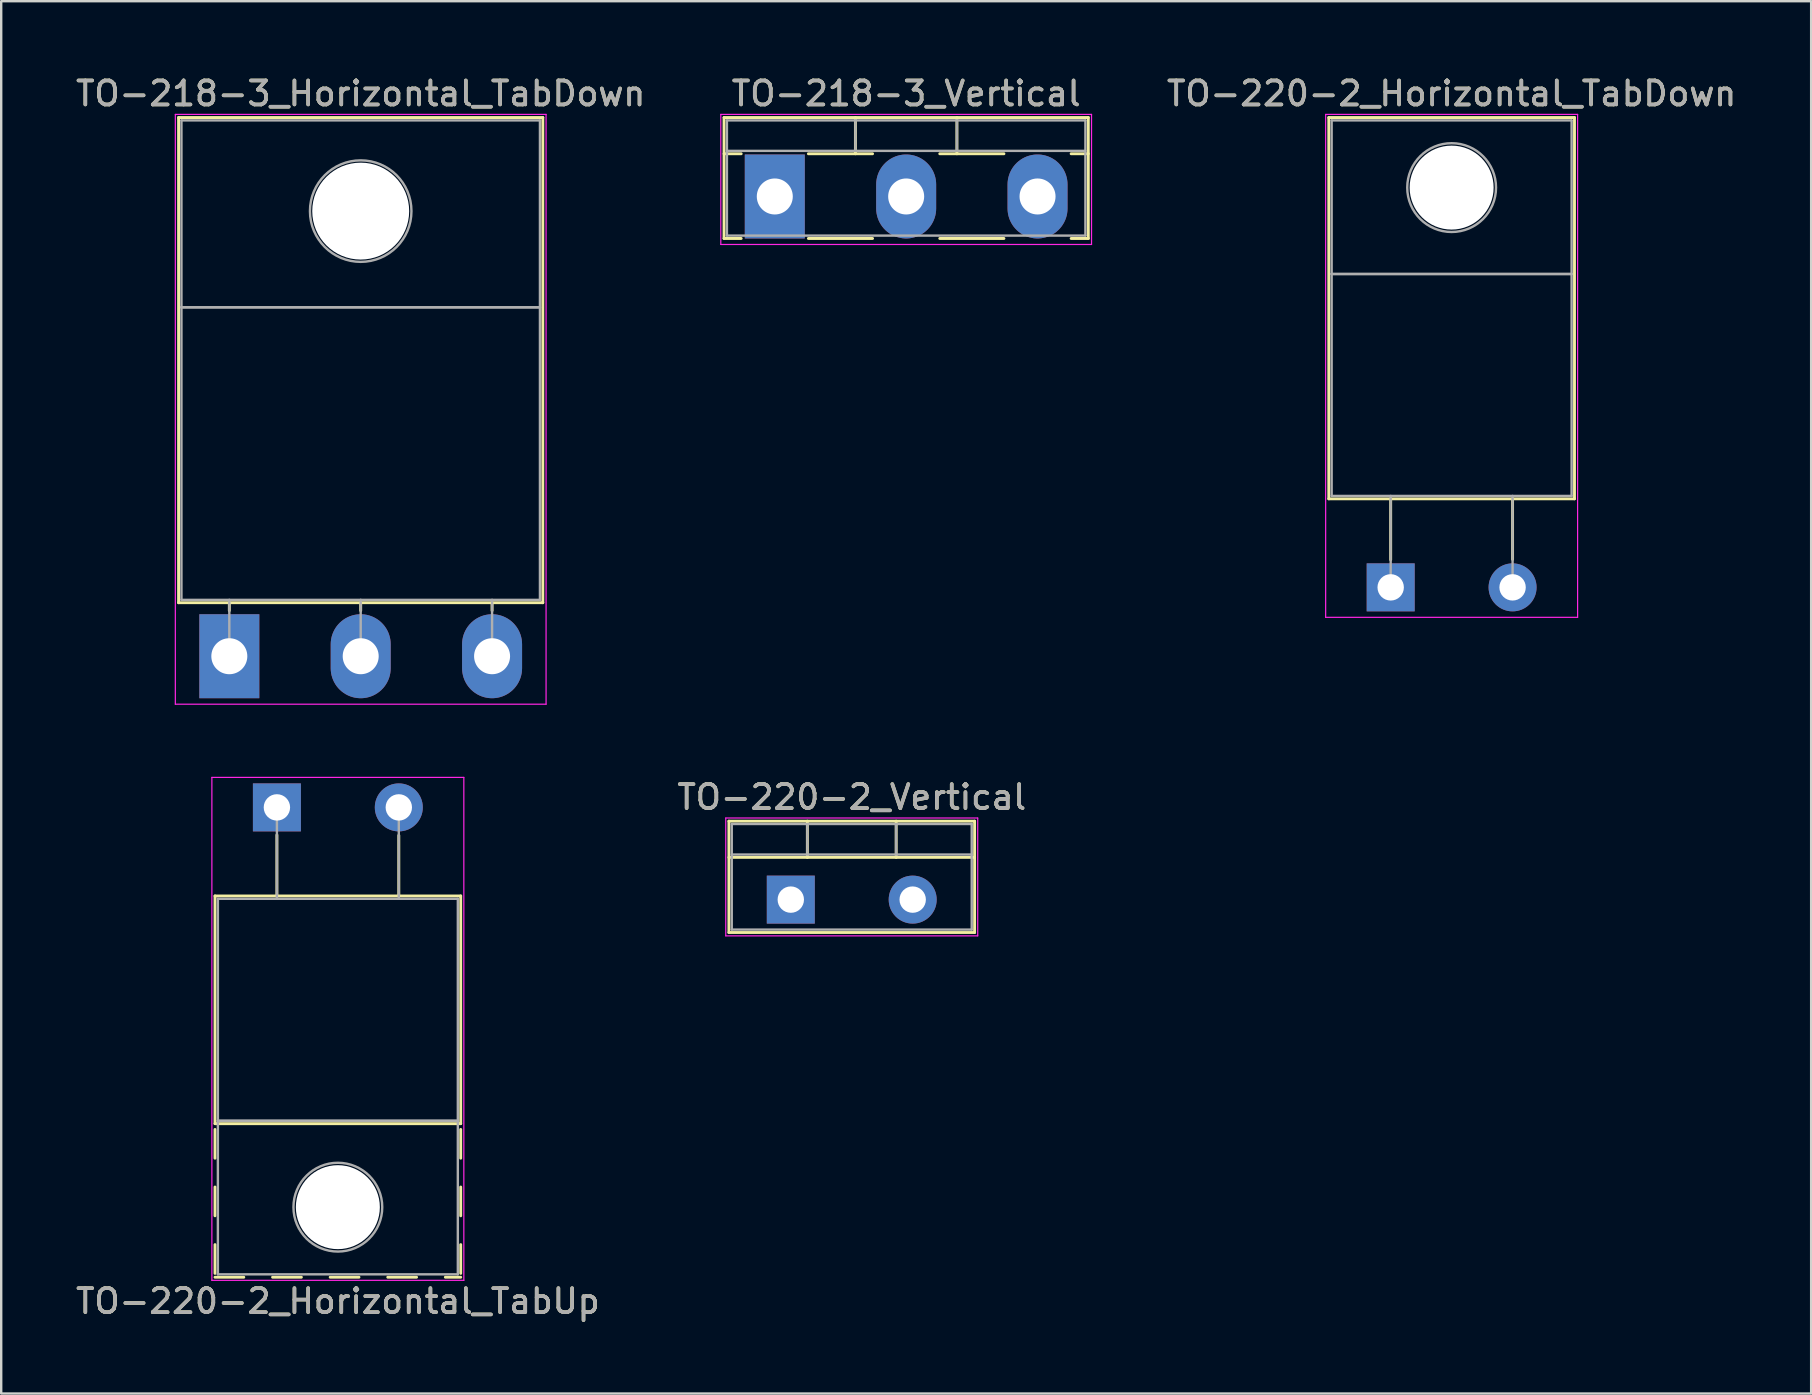
<source format=kicad_pcb>
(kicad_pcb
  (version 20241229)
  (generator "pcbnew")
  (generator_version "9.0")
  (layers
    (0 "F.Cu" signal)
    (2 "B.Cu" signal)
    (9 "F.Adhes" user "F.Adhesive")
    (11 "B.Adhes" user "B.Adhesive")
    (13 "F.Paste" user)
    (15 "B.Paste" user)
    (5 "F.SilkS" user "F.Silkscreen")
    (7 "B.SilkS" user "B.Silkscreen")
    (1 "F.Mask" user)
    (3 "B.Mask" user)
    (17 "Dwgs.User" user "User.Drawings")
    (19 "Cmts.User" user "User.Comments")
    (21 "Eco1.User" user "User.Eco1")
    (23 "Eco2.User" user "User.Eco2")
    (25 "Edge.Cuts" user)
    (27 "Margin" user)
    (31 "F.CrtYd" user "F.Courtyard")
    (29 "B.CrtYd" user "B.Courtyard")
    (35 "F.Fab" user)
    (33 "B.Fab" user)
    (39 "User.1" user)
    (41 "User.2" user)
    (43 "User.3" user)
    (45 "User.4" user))
  (footprint "TO-220-2_Horizontal_TabDown"
    (layer "F.Cu")
    (at 54.906 21.428)
    (property "Reference" "TO-220-2_Horizontal_TabDown" (at 2.54 -20.58 0) (layer "F.SilkS") (effects (font (size 1 1) (thickness 0.15))))
    (attr through_hole)
    (fp_line (start -2.58 -19.58) (end -2.58 -3.69) (stroke (width 0.12) (type solid)) (layer "F.SilkS"))
    (fp_line (start -2.58 -19.58) (end 7.66 -19.58) (stroke (width 0.12) (type solid)) (layer "F.SilkS"))
    (fp_line (start -2.58 -3.69) (end 7.66 -3.69) (stroke (width 0.12) (type solid)) (layer "F.SilkS"))
    (fp_line (start 0 -3.69) (end 0 -1.15) (stroke (width 0.12) (type solid)) (layer "F.SilkS"))
    (fp_line (start 5.08 -3.69) (end 5.08 -1.165) (stroke (width 0.12) (type solid)) (layer "F.SilkS"))
    (fp_line (start 7.66 -19.58) (end 7.66 -3.69) (stroke (width 0.12) (type solid)) (layer "F.SilkS"))
    (fp_line (start -2.71 -19.71) (end -2.71 1.25) (stroke (width 0.05) (type solid)) (layer "F.CrtYd"))
    (fp_line (start -2.71 1.25) (end 7.79 1.25) (stroke (width 0.05) (type solid)) (layer "F.CrtYd"))
    (fp_line (start 7.79 -19.71) (end -2.71 -19.71) (stroke (width 0.05) (type solid)) (layer "F.CrtYd"))
    (fp_line (start 7.79 1.25) (end 7.79 -19.71) (stroke (width 0.05) (type solid)) (layer "F.CrtYd"))
    (fp_line (start -2.46 -19.46) (end 7.54 -19.46) (stroke (width 0.1) (type solid)) (layer "F.Fab"))
    (fp_line (start -2.46 -13.06) (end -2.46 -19.46) (stroke (width 0.1) (type solid)) (layer "F.Fab"))
    (fp_line (start -2.46 -13.06) (end 7.54 -13.06) (stroke (width 0.1) (type solid)) (layer "F.Fab"))
    (fp_line (start -2.46 -3.81) (end -2.46 -13.06) (stroke (width 0.1) (type solid)) (layer "F.Fab"))
    (fp_line (start 0 -3.81) (end 0 0) (stroke (width 0.1) (type solid)) (layer "F.Fab"))
    (fp_line (start 5.08 -3.81) (end 5.08 0) (stroke (width 0.1) (type solid)) (layer "F.Fab"))
    (fp_line (start 7.54 -19.46) (end 7.54 -13.06) (stroke (width 0.1) (type solid)) (layer "F.Fab"))
    (fp_line (start 7.54 -13.06) (end -2.46 -13.06) (stroke (width 0.1) (type solid)) (layer "F.Fab"))
    (fp_line (start 7.54 -13.06) (end 7.54 -3.81) (stroke (width 0.1) (type solid)) (layer "F.Fab"))
    (fp_line (start 7.54 -3.81) (end -2.46 -3.81) (stroke (width 0.1) (type solid)) (layer "F.Fab"))
    (fp_circle (center 2.54 -16.66) (end 4.39 -16.66) (stroke (width 0.1) (type solid)) (fill no) (layer "F.Fab"))
    (fp_text user "${REFERENCE}" (at 2.54 -20.58 0) (layer "F.Fab") (effects (font (size 1 1) (thickness 0.15))))
    (pad "" np_thru_hole oval (at 2.54 -16.66) (size 3.5 3.5) (drill 3.5) (layers "*.Cu" "*.Mask"))
    (pad "1" thru_hole rect (at 0 0) (size 2 2) (drill 1.1) (layers "*.Cu" "*.Mask"))
    (pad "2" thru_hole oval (at 5.08 0) (size 2 2) (drill 1.1) (layers "*.Cu" "*.Mask")))
  (footprint "TO-218-3_Horizontal_TabDown"
    (layer "F.Cu")
    (at 6.507 24.298)
    (property "Reference" "TO-218-3_Horizontal_TabDown" (at 5.475 -23.45 0) (layer "F.SilkS") (effects (font (size 1 1) (thickness 0.15))))
    (attr through_hole)
    (fp_line (start -2.115 -22.45) (end -2.115 -2.23) (stroke (width 0.12) (type solid)) (layer "F.SilkS"))
    (fp_line (start -2.115 -22.45) (end 13.065 -22.45) (stroke (width 0.12) (type solid)) (layer "F.SilkS"))
    (fp_line (start -2.115 -2.23) (end 13.065 -2.23) (stroke (width 0.12) (type solid)) (layer "F.SilkS"))
    (fp_line (start 0 -2.23) (end 0 -1.9) (stroke (width 0.12) (type solid)) (layer "F.SilkS"))
    (fp_line (start 5.475 -2.23) (end 5.475 -1.9) (stroke (width 0.12) (type solid)) (layer "F.SilkS"))
    (fp_line (start 10.95 -2.23) (end 10.95 -1.9) (stroke (width 0.12) (type solid)) (layer "F.SilkS"))
    (fp_line (start 13.065 -22.45) (end 13.065 -2.23) (stroke (width 0.12) (type solid)) (layer "F.SilkS"))
    (fp_line (start -2.25 -22.58) (end -2.25 2) (stroke (width 0.05) (type solid)) (layer "F.CrtYd"))
    (fp_line (start -2.25 2) (end 13.2 2) (stroke (width 0.05) (type solid)) (layer "F.CrtYd"))
    (fp_line (start 13.2 -22.58) (end -2.25 -22.58) (stroke (width 0.05) (type solid)) (layer "F.CrtYd"))
    (fp_line (start 13.2 2) (end 13.2 -22.58) (stroke (width 0.05) (type solid)) (layer "F.CrtYd"))
    (fp_line (start -1.995 -22.33) (end 12.945 -22.33) (stroke (width 0.1) (type solid)) (layer "F.Fab"))
    (fp_line (start -1.995 -14.54) (end -1.995 -22.33) (stroke (width 0.1) (type solid)) (layer "F.Fab"))
    (fp_line (start -1.995 -14.54) (end 12.945 -14.54) (stroke (width 0.1) (type solid)) (layer "F.Fab"))
    (fp_line (start -1.995 -2.35) (end -1.995 -14.54) (stroke (width 0.1) (type solid)) (layer "F.Fab"))
    (fp_line (start 0 -2.35) (end 0 0) (stroke (width 0.1) (type solid)) (layer "F.Fab"))
    (fp_line (start 5.475 -2.35) (end 5.475 0) (stroke (width 0.1) (type solid)) (layer "F.Fab"))
    (fp_line (start 10.95 -2.35) (end 10.95 0) (stroke (width 0.1) (type solid)) (layer "F.Fab"))
    (fp_line (start 12.945 -22.33) (end 12.945 -14.54) (stroke (width 0.1) (type solid)) (layer "F.Fab"))
    (fp_line (start 12.945 -14.54) (end -1.995 -14.54) (stroke (width 0.1) (type solid)) (layer "F.Fab"))
    (fp_line (start 12.945 -14.54) (end 12.945 -2.35) (stroke (width 0.1) (type solid)) (layer "F.Fab"))
    (fp_line (start 12.945 -2.35) (end -1.995 -2.35) (stroke (width 0.1) (type solid)) (layer "F.Fab"))
    (fp_circle (center 5.475 -18.55) (end 7.59 -18.55) (stroke (width 0.1) (type solid)) (fill no) (layer "F.Fab"))
    (fp_text user "${REFERENCE}" (at 5.475 -23.45 0) (layer "F.Fab") (effects (font (size 1 1) (thickness 0.15))))
    (pad "" np_thru_hole oval (at 5.475 -18.55) (size 4.04 4.04) (drill 4.04) (layers "*.Cu" "*.Mask"))
    (pad "1" thru_hole rect (at 0 0) (size 2.5 3.5) (drill 1.5) (layers "*.Cu" "*.Mask"))
    (pad "2" thru_hole oval (at 5.475 0) (size 2.5 3.5) (drill 1.5) (layers "*.Cu" "*.Mask"))
    (pad "3" thru_hole oval (at 10.95 0) (size 2.5 3.5) (drill 1.5) (layers "*.Cu" "*.Mask")))
  (footprint "TO-218-3_Vertical"
    (layer "F.Cu")
    (at 29.239 5.138)
    (property "Reference" "TO-218-3_Vertical" (at 5.475 -4.29 0) (layer "F.SilkS") (effects (font (size 1 1) (thickness 0.15))))
    (attr through_hole)
    (fp_line (start -2.115 -3.29) (end -2.115 1.75) (stroke (width 0.12) (type solid)) (layer "F.SilkS"))
    (fp_line (start -2.115 -3.29) (end 13.065 -3.29) (stroke (width 0.12) (type solid)) (layer "F.SilkS"))
    (fp_line (start -2.115 -1.78) (end -1.4 -1.78) (stroke (width 0.12) (type solid)) (layer "F.SilkS"))
    (fp_line (start -2.115 1.75) (end -1.4 1.75) (stroke (width 0.12) (type solid)) (layer "F.SilkS"))
    (fp_line (start 1.4 -1.78) (end 4.075 -1.78) (stroke (width 0.12) (type solid)) (layer "F.SilkS"))
    (fp_line (start 1.4 1.75) (end 4.075 1.75) (stroke (width 0.12) (type solid)) (layer "F.SilkS"))
    (fp_line (start 3.36 -3.29) (end 3.36 -1.78) (stroke (width 0.12) (type solid)) (layer "F.SilkS"))
    (fp_line (start 6.875 -1.78) (end 9.55 -1.78) (stroke (width 0.12) (type solid)) (layer "F.SilkS"))
    (fp_line (start 6.875 1.75) (end 9.55 1.75) (stroke (width 0.12) (type solid)) (layer "F.SilkS"))
    (fp_line (start 7.59 -3.29) (end 7.59 -1.78) (stroke (width 0.12) (type solid)) (layer "F.SilkS"))
    (fp_line (start 12.35 -1.78) (end 13.065 -1.78) (stroke (width 0.12) (type solid)) (layer "F.SilkS"))
    (fp_line (start 12.35 1.75) (end 13.065 1.75) (stroke (width 0.12) (type solid)) (layer "F.SilkS"))
    (fp_line (start 13.065 -3.29) (end 13.065 1.75) (stroke (width 0.12) (type solid)) (layer "F.SilkS"))
    (fp_line (start -2.25 -3.42) (end -2.25 2) (stroke (width 0.05) (type solid)) (layer "F.CrtYd"))
    (fp_line (start -2.25 2) (end 13.2 2) (stroke (width 0.05) (type solid)) (layer "F.CrtYd"))
    (fp_line (start 13.2 -3.42) (end -2.25 -3.42) (stroke (width 0.05) (type solid)) (layer "F.CrtYd"))
    (fp_line (start 13.2 2) (end 13.2 -3.42) (stroke (width 0.05) (type solid)) (layer "F.CrtYd"))
    (fp_line (start -1.995 -3.17) (end -1.995 1.63) (stroke (width 0.1) (type solid)) (layer "F.Fab"))
    (fp_line (start -1.995 -1.9) (end 12.945 -1.9) (stroke (width 0.1) (type solid)) (layer "F.Fab"))
    (fp_line (start -1.995 1.63) (end 12.945 1.63) (stroke (width 0.1) (type solid)) (layer "F.Fab"))
    (fp_line (start 3.36 -3.17) (end 3.36 -1.9) (stroke (width 0.1) (type solid)) (layer "F.Fab"))
    (fp_line (start 7.59 -3.17) (end 7.59 -1.9) (stroke (width 0.1) (type solid)) (layer "F.Fab"))
    (fp_line (start 12.945 -3.17) (end -1.995 -3.17) (stroke (width 0.1) (type solid)) (layer "F.Fab"))
    (fp_line (start 12.945 1.63) (end 12.945 -3.17) (stroke (width 0.1) (type solid)) (layer "F.Fab"))
    (fp_text user "${REFERENCE}" (at 5.475 -4.29 0) (layer "F.Fab") (effects (font (size 1 1) (thickness 0.15))))
    (pad "1" thru_hole rect (at 0 0) (size 2.5 3.5) (drill 1.5) (layers "*.Cu" "*.Mask"))
    (pad "2" thru_hole oval (at 5.475 0) (size 2.5 3.5) (drill 1.5) (layers "*.Cu" "*.Mask"))
    (pad "3" thru_hole oval (at 10.95 0) (size 2.5 3.5) (drill 1.5) (layers "*.Cu" "*.Mask")))
  (footprint "TO-220-2_Horizontal_TabUp"
    (layer "F.Cu")
    (at 8.49 30.598)
    (property "Reference" "TO-220-2_Horizontal_TabUp" (at 2.54 20.58 0) (layer "F.SilkS") (effects (font (size 1 1) (thickness 0.15))))
    (attr through_hole)
    (fp_line (start -2.58 3.69) (end -2.58 13.18) (stroke (width 0.12) (type solid)) (layer "F.SilkS"))
    (fp_line (start -2.58 3.69) (end 7.66 3.69) (stroke (width 0.12) (type solid)) (layer "F.SilkS"))
    (fp_line (start -2.58 13.18) (end 7.66 13.18) (stroke (width 0.12) (type solid)) (layer "F.SilkS"))
    (fp_line (start -2.58 13.42) (end -2.58 14.62) (stroke (width 0.12) (type solid)) (layer "F.SilkS"))
    (fp_line (start -2.58 15.82) (end -2.58 17.02) (stroke (width 0.12) (type solid)) (layer "F.SilkS"))
    (fp_line (start -2.58 18.22) (end -2.58 19.42) (stroke (width 0.12) (type solid)) (layer "F.SilkS"))
    (fp_line (start -2.58 19.58) (end -1.38 19.58) (stroke (width 0.12) (type solid)) (layer "F.SilkS"))
    (fp_line (start -0.181 19.58) (end 1.02 19.58) (stroke (width 0.12) (type solid)) (layer "F.SilkS"))
    (fp_line (start 0 1.15) (end 0 3.69) (stroke (width 0.12) (type solid)) (layer "F.SilkS"))
    (fp_line (start 2.22 19.58) (end 3.42 19.58) (stroke (width 0.12) (type solid)) (layer "F.SilkS"))
    (fp_line (start 4.62 19.58) (end 5.82 19.58) (stroke (width 0.12) (type solid)) (layer "F.SilkS"))
    (fp_line (start 5.08 1.165) (end 5.08 3.69) (stroke (width 0.12) (type solid)) (layer "F.SilkS"))
    (fp_line (start 7.02 19.58) (end 7.66 19.58) (stroke (width 0.12) (type solid)) (layer "F.SilkS"))
    (fp_line (start 7.66 3.69) (end 7.66 13.18) (stroke (width 0.12) (type solid)) (layer "F.SilkS"))
    (fp_line (start 7.66 13.42) (end 7.66 14.62) (stroke (width 0.12) (type solid)) (layer "F.SilkS"))
    (fp_line (start 7.66 15.82) (end 7.66 17.02) (stroke (width 0.12) (type solid)) (layer "F.SilkS"))
    (fp_line (start 7.66 18.22) (end 7.66 19.42) (stroke (width 0.12) (type solid)) (layer "F.SilkS"))
    (fp_line (start -2.71 -1.25) (end -2.71 19.71) (stroke (width 0.05) (type solid)) (layer "F.CrtYd"))
    (fp_line (start -2.71 19.71) (end 7.79 19.71) (stroke (width 0.05) (type solid)) (layer "F.CrtYd"))
    (fp_line (start 7.79 -1.25) (end -2.71 -1.25) (stroke (width 0.05) (type solid)) (layer "F.CrtYd"))
    (fp_line (start 7.79 19.71) (end 7.79 -1.25) (stroke (width 0.05) (type solid)) (layer "F.CrtYd"))
    (fp_line (start -2.46 3.81) (end -2.46 13.06) (stroke (width 0.1) (type solid)) (layer "F.Fab"))
    (fp_line (start -2.46 13.06) (end -2.46 19.46) (stroke (width 0.1) (type solid)) (layer "F.Fab"))
    (fp_line (start -2.46 13.06) (end 7.54 13.06) (stroke (width 0.1) (type solid)) (layer "F.Fab"))
    (fp_line (start -2.46 19.46) (end 7.54 19.46) (stroke (width 0.1) (type solid)) (layer "F.Fab"))
    (fp_line (start 0 3.81) (end 0 0) (stroke (width 0.1) (type solid)) (layer "F.Fab"))
    (fp_line (start 5.08 3.81) (end 5.08 0) (stroke (width 0.1) (type solid)) (layer "F.Fab"))
    (fp_line (start 7.54 3.81) (end -2.46 3.81) (stroke (width 0.1) (type solid)) (layer "F.Fab"))
    (fp_line (start 7.54 13.06) (end -2.46 13.06) (stroke (width 0.1) (type solid)) (layer "F.Fab"))
    (fp_line (start 7.54 13.06) (end 7.54 3.81) (stroke (width 0.1) (type solid)) (layer "F.Fab"))
    (fp_line (start 7.54 19.46) (end 7.54 13.06) (stroke (width 0.1) (type solid)) (layer "F.Fab"))
    (fp_circle (center 2.54 16.66) (end 4.39 16.66) (stroke (width 0.1) (type solid)) (fill no) (layer "F.Fab"))
    (fp_text user "${REFERENCE}" (at 2.54 20.58 0) (layer "F.Fab") (effects (font (size 1 1) (thickness 0.15))))
    (pad "" np_thru_hole oval (at 2.54 16.66) (size 3.5 3.5) (drill 3.5) (layers "*.Cu" "*.Mask"))
    (pad "1" thru_hole rect (at 0 0) (size 2 2) (drill 1.1) (layers "*.Cu" "*.Mask"))
    (pad "2" thru_hole oval (at 5.08 0) (size 2 2) (drill 1.1) (layers "*.Cu" "*.Mask")))
  (footprint "TO-220-2_Vertical"
    (layer "F.Cu")
    (at 29.906 34.441)
    (property "Reference" "TO-220-2_Vertical" (at 2.54 -4.27 0) (layer "F.SilkS") (effects (font (size 1 1) (thickness 0.15))))
    (attr through_hole)
    (fp_line (start -2.58 -3.27) (end -2.58 1.371) (stroke (width 0.12) (type solid)) (layer "F.SilkS"))
    (fp_line (start -2.58 -3.27) (end 7.66 -3.27) (stroke (width 0.12) (type solid)) (layer "F.SilkS"))
    (fp_line (start -2.58 -1.76) (end 7.66 -1.76) (stroke (width 0.12) (type solid)) (layer "F.SilkS"))
    (fp_line (start -2.58 1.371) (end 7.66 1.371) (stroke (width 0.12) (type solid)) (layer "F.SilkS"))
    (fp_line (start 0.69 -3.27) (end 0.69 -1.76) (stroke (width 0.12) (type solid)) (layer "F.SilkS"))
    (fp_line (start 4.391 -3.27) (end 4.391 -1.76) (stroke (width 0.12) (type solid)) (layer "F.SilkS"))
    (fp_line (start 7.66 -3.27) (end 7.66 1.371) (stroke (width 0.12) (type solid)) (layer "F.SilkS"))
    (fp_line (start -2.71 -3.4) (end -2.71 1.51) (stroke (width 0.05) (type solid)) (layer "F.CrtYd"))
    (fp_line (start -2.71 1.51) (end 7.79 1.51) (stroke (width 0.05) (type solid)) (layer "F.CrtYd"))
    (fp_line (start 7.79 -3.4) (end -2.71 -3.4) (stroke (width 0.05) (type solid)) (layer "F.CrtYd"))
    (fp_line (start 7.79 1.51) (end 7.79 -3.4) (stroke (width 0.05) (type solid)) (layer "F.CrtYd"))
    (fp_line (start -2.46 -3.15) (end -2.46 1.25) (stroke (width 0.1) (type solid)) (layer "F.Fab"))
    (fp_line (start -2.46 -1.88) (end 7.54 -1.88) (stroke (width 0.1) (type solid)) (layer "F.Fab"))
    (fp_line (start -2.46 1.25) (end 7.54 1.25) (stroke (width 0.1) (type solid)) (layer "F.Fab"))
    (fp_line (start 0.69 -3.15) (end 0.69 -1.88) (stroke (width 0.1) (type solid)) (layer "F.Fab"))
    (fp_line (start 4.39 -3.15) (end 4.39 -1.88) (stroke (width 0.1) (type solid)) (layer "F.Fab"))
    (fp_line (start 7.54 -3.15) (end -2.46 -3.15) (stroke (width 0.1) (type solid)) (layer "F.Fab"))
    (fp_line (start 7.54 1.25) (end 7.54 -3.15) (stroke (width 0.1) (type solid)) (layer "F.Fab"))
    (fp_text user "${REFERENCE}" (at 2.54 -4.27 0) (layer "F.Fab") (effects (font (size 1 1) (thickness 0.15))))
    (pad "1" thru_hole rect (at 0 0) (size 2 2) (drill 1.1) (layers "*.Cu" "*.Mask"))
    (pad "2" thru_hole oval (at 5.08 0) (size 2 2) (drill 1.1) (layers "*.Cu" "*.Mask")))
  (gr_rect
    (start -3 -3)
    (end 72.429 55.026)
    (stroke (width 0.1) (type default))
    (fill no)
    (layer "Edge.Cuts")))
</source>
